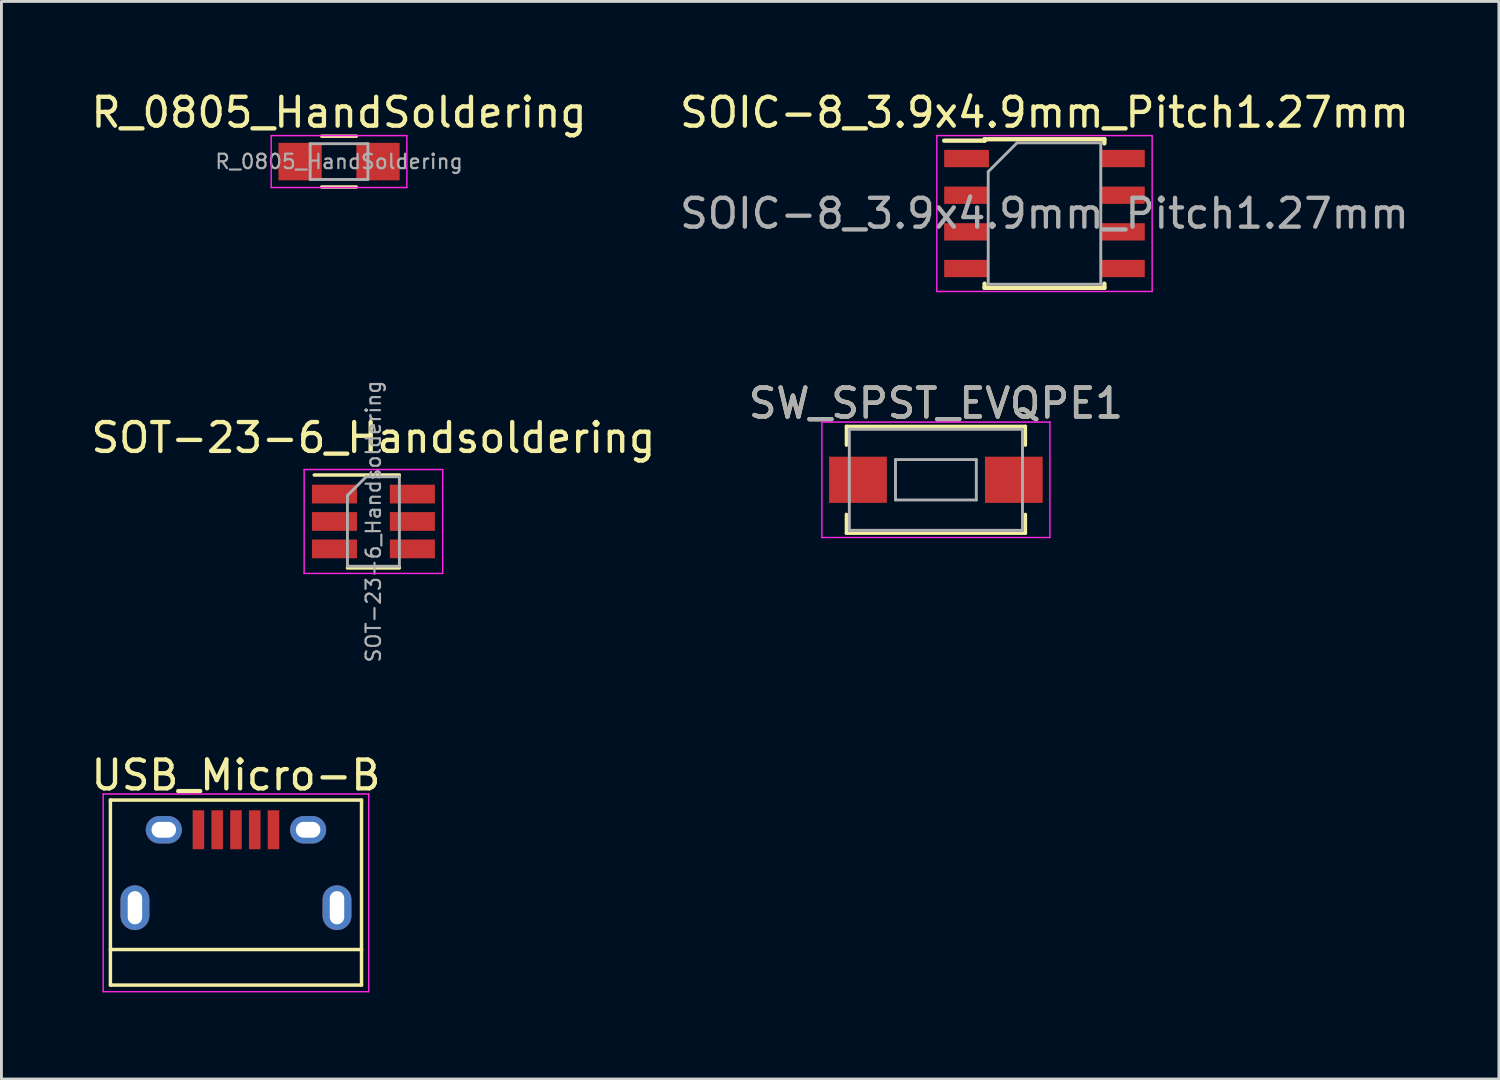
<source format=kicad_pcb>
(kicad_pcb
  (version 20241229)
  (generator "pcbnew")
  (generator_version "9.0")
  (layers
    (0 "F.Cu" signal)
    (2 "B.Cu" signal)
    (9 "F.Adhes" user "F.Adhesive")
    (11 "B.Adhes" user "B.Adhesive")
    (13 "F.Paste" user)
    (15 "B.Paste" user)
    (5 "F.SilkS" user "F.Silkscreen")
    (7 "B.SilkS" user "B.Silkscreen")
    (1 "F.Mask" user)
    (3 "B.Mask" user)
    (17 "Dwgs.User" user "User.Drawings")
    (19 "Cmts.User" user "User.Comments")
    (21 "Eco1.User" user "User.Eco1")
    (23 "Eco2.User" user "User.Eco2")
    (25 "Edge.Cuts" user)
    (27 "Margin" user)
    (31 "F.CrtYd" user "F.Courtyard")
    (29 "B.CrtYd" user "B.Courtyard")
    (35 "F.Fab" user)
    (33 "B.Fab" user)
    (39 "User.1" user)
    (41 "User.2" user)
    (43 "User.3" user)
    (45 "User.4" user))
  (footprint "R_0805_HandSoldering"
    (layer "F.Cu")
    (at 8.696 2.548)
    (property "Reference" "R_0805_HandSoldering" (at 0 -1.7 0) (layer "F.SilkS") (effects (font (size 1 1) (thickness 0.15))))
    (attr smd)
    (fp_line (start -0.6 -0.88) (end 0.6 -0.88) (stroke (width 0.12) (type solid)) (layer "F.SilkS"))
    (fp_line (start 0.6 0.88) (end -0.6 0.88) (stroke (width 0.12) (type solid)) (layer "F.SilkS"))
    (fp_line (start -2.35 -0.9) (end -2.35 0.9) (stroke (width 0.05) (type solid)) (layer "F.CrtYd"))
    (fp_line (start -2.35 -0.9) (end 2.35 -0.9) (stroke (width 0.05) (type solid)) (layer "F.CrtYd"))
    (fp_line (start 2.35 0.9) (end -2.35 0.9) (stroke (width 0.05) (type solid)) (layer "F.CrtYd"))
    (fp_line (start 2.35 0.9) (end 2.35 -0.9) (stroke (width 0.05) (type solid)) (layer "F.CrtYd"))
    (fp_line (start -1 -0.62) (end 1 -0.62) (stroke (width 0.1) (type solid)) (layer "F.Fab"))
    (fp_line (start -1 0.62) (end -1 -0.62) (stroke (width 0.1) (type solid)) (layer "F.Fab"))
    (fp_line (start 1 -0.62) (end 1 0.62) (stroke (width 0.1) (type solid)) (layer "F.Fab"))
    (fp_line (start 1 0.62) (end -1 0.62) (stroke (width 0.1) (type solid)) (layer "F.Fab"))
    (fp_text user "${REFERENCE}" (at 0 0 0) (layer "F.Fab") (effects (font (size 0.5 0.5) (thickness 0.075))))
    (pad "1" smd rect (at -1.35 0) (size 1.5 1.3) (layers "F.Cu" "F.Mask" "F.Paste"))
    (pad "2" smd rect (at 1.35 0) (size 1.5 1.3) (layers "F.Cu" "F.Mask" "F.Paste")))
  (footprint "SOIC-8_3.9x4.9mm_Pitch1.27mm"
    (layer "F.Cu")
    (at 33.137 4.348)
    (property "Reference" "SOIC-8_3.9x4.9mm_Pitch1.27mm" (at 0 -3.5 0) (layer "F.SilkS") (effects (font (size 1 1) (thickness 0.15))))
    (attr smd)
    (fp_line (start -2.075 -2.575) (end -2.075 -2.525) (stroke (width 0.15) (type solid)) (layer "F.SilkS"))
    (fp_line (start -2.075 -2.575) (end 2.075 -2.575) (stroke (width 0.15) (type solid)) (layer "F.SilkS"))
    (fp_line (start -2.075 -2.525) (end -3.475 -2.525) (stroke (width 0.15) (type solid)) (layer "F.SilkS"))
    (fp_line (start -2.075 2.575) (end -2.075 2.43) (stroke (width 0.15) (type solid)) (layer "F.SilkS"))
    (fp_line (start -2.075 2.575) (end 2.075 2.575) (stroke (width 0.15) (type solid)) (layer "F.SilkS"))
    (fp_line (start 2.075 -2.575) (end 2.075 -2.43) (stroke (width 0.15) (type solid)) (layer "F.SilkS"))
    (fp_line (start 2.075 2.575) (end 2.075 2.43) (stroke (width 0.15) (type solid)) (layer "F.SilkS"))
    (fp_line (start -3.73 -2.7) (end -3.73 2.7) (stroke (width 0.05) (type solid)) (layer "F.CrtYd"))
    (fp_line (start -3.73 -2.7) (end 3.73 -2.7) (stroke (width 0.05) (type solid)) (layer "F.CrtYd"))
    (fp_line (start -3.73 2.7) (end 3.73 2.7) (stroke (width 0.05) (type solid)) (layer "F.CrtYd"))
    (fp_line (start 3.73 -2.7) (end 3.73 2.7) (stroke (width 0.05) (type solid)) (layer "F.CrtYd"))
    (fp_line (start -1.95 -1.45) (end -0.95 -2.45) (stroke (width 0.1) (type solid)) (layer "F.Fab"))
    (fp_line (start -1.95 2.45) (end -1.95 -1.45) (stroke (width 0.1) (type solid)) (layer "F.Fab"))
    (fp_line (start -0.95 -2.45) (end 1.95 -2.45) (stroke (width 0.1) (type solid)) (layer "F.Fab"))
    (fp_line (start 1.95 -2.45) (end 1.95 2.45) (stroke (width 0.1) (type solid)) (layer "F.Fab"))
    (fp_line (start 1.95 2.45) (end -1.95 2.45) (stroke (width 0.1) (type solid)) (layer "F.Fab"))
    (fp_text user "${REFERENCE}" (at 0 0 0) (layer "F.Fab") (effects (font (size 1 1) (thickness 0.15))))
    (pad "1" smd rect (at -2.7 -1.905) (size 1.55 0.6) (layers "F.Cu" "F.Mask" "F.Paste"))
    (pad "2" smd rect (at -2.7 -0.635) (size 1.55 0.6) (layers "F.Cu" "F.Mask" "F.Paste"))
    (pad "3" smd rect (at -2.7 0.635) (size 1.55 0.6) (layers "F.Cu" "F.Mask" "F.Paste"))
    (pad "4" smd rect (at -2.7 1.905) (size 1.55 0.6) (layers "F.Cu" "F.Mask" "F.Paste"))
    (pad "5" smd rect (at 2.7 1.905) (size 1.55 0.6) (layers "F.Cu" "F.Mask" "F.Paste"))
    (pad "6" smd rect (at 2.7 0.635) (size 1.55 0.6) (layers "F.Cu" "F.Mask" "F.Paste"))
    (pad "7" smd rect (at 2.7 -0.635) (size 1.55 0.6) (layers "F.Cu" "F.Mask" "F.Paste"))
    (pad "8" smd rect (at 2.7 -1.905) (size 1.55 0.6) (layers "F.Cu" "F.Mask" "F.Paste")))
  (footprint "SW_SPST_EVQPE1"
    (layer "F.Cu")
    (at 29.375 13.572)
    (property "Reference" "SW_SPST_EVQPE1" (at 0 -2.65 0) (layer "F.SilkS") (effects (font (size 1 1) (thickness 0.15))))
    (attr smd)
    (fp_line (start -3.1 -1.85) (end -3.1 -1.2) (stroke (width 0.12) (type solid)) (layer "F.SilkS"))
    (fp_line (start -3.1 1.2) (end -3.1 1.85) (stroke (width 0.12) (type solid)) (layer "F.SilkS"))
    (fp_line (start -3.1 1.85) (end 3.1 1.85) (stroke (width 0.12) (type solid)) (layer "F.SilkS"))
    (fp_line (start 3.1 -1.85) (end -3.1 -1.85) (stroke (width 0.12) (type solid)) (layer "F.SilkS"))
    (fp_line (start 3.1 -1.85) (end 3.1 -1.2) (stroke (width 0.12) (type solid)) (layer "F.SilkS"))
    (fp_line (start 3.1 1.85) (end 3.1 1.2) (stroke (width 0.12) (type solid)) (layer "F.SilkS"))
    (fp_line (start -3.95 -2) (end 3.95 -2) (stroke (width 0.05) (type solid)) (layer "F.CrtYd"))
    (fp_line (start -3.95 2) (end -3.95 -2) (stroke (width 0.05) (type solid)) (layer "F.CrtYd"))
    (fp_line (start 3.95 -2) (end 3.95 2) (stroke (width 0.05) (type solid)) (layer "F.CrtYd"))
    (fp_line (start 3.95 2) (end -3.95 2) (stroke (width 0.05) (type solid)) (layer "F.CrtYd"))
    (fp_line (start -3 -1.75) (end 3 -1.75) (stroke (width 0.1) (type solid)) (layer "F.Fab"))
    (fp_line (start -3 1.75) (end -3 -1.75) (stroke (width 0.1) (type solid)) (layer "F.Fab"))
    (fp_line (start -1.4 -0.7) (end 1.4 -0.7) (stroke (width 0.1) (type solid)) (layer "F.Fab"))
    (fp_line (start -1.4 0.7) (end -1.4 -0.7) (stroke (width 0.1) (type solid)) (layer "F.Fab"))
    (fp_line (start 1.4 -0.7) (end 1.4 0.7) (stroke (width 0.1) (type solid)) (layer "F.Fab"))
    (fp_line (start 1.4 0.7) (end -1.4 0.7) (stroke (width 0.1) (type solid)) (layer "F.Fab"))
    (fp_line (start 3 -1.75) (end 3 1.75) (stroke (width 0.1) (type solid)) (layer "F.Fab"))
    (fp_line (start 3 1.75) (end -3 1.75) (stroke (width 0.1) (type solid)) (layer "F.Fab"))
    (fp_text user "${REFERENCE}" (at 0 -2.65 0) (layer "F.Fab") (effects (font (size 1 1) (thickness 0.15))))
    (pad "1" smd rect (at -2.7 0) (size 2 1.6) (layers "F.Cu" "F.Mask" "F.Paste"))
    (pad "2" smd rect (at 2.7 0) (size 2 1.6) (layers "F.Cu" "F.Mask" "F.Paste")))
  (footprint "SOT-23-6_Handsoldering"
    (layer "F.Cu")
    (at 9.887 15.017)
    (property "Reference" "SOT-23-6_Handsoldering" (at 0 -2.9 0) (layer "F.SilkS") (effects (font (size 1 1) (thickness 0.15))))
    (attr smd)
    (fp_line (start -0.9 1.61) (end 0.9 1.61) (stroke (width 0.12) (type solid)) (layer "F.SilkS"))
    (fp_line (start 0.9 -1.61) (end -2.05 -1.61) (stroke (width 0.12) (type solid)) (layer "F.SilkS"))
    (fp_line (start -2.4 -1.8) (end 2.4 -1.8) (stroke (width 0.05) (type solid)) (layer "F.CrtYd"))
    (fp_line (start -2.4 1.8) (end -2.4 -1.8) (stroke (width 0.05) (type solid)) (layer "F.CrtYd"))
    (fp_line (start 2.4 -1.8) (end 2.4 1.8) (stroke (width 0.05) (type solid)) (layer "F.CrtYd"))
    (fp_line (start 2.4 1.8) (end -2.4 1.8) (stroke (width 0.05) (type solid)) (layer "F.CrtYd"))
    (fp_line (start -0.9 -0.9) (end -0.9 1.55) (stroke (width 0.1) (type solid)) (layer "F.Fab"))
    (fp_line (start -0.9 -0.9) (end -0.25 -1.55) (stroke (width 0.1) (type solid)) (layer "F.Fab"))
    (fp_line (start 0.9 -1.55) (end -0.25 -1.55) (stroke (width 0.1) (type solid)) (layer "F.Fab"))
    (fp_line (start 0.9 -1.55) (end 0.9 1.55) (stroke (width 0.1) (type solid)) (layer "F.Fab"))
    (fp_line (start 0.9 1.55) (end -0.9 1.55) (stroke (width 0.1) (type solid)) (layer "F.Fab"))
    (fp_text user "${REFERENCE}" (at 0 0 90) (layer "F.Fab") (effects (font (size 0.5 0.5) (thickness 0.075))))
    (pad "1" smd rect (at -1.35 -0.95) (size 1.56 0.65) (layers "F.Cu" "F.Mask" "F.Paste"))
    (pad "2" smd rect (at -1.35 0) (size 1.56 0.65) (layers "F.Cu" "F.Mask" "F.Paste"))
    (pad "3" smd rect (at -1.35 0.95) (size 1.56 0.65) (layers "F.Cu" "F.Mask" "F.Paste"))
    (pad "4" smd rect (at 1.35 0.95) (size 1.56 0.65) (layers "F.Cu" "F.Mask" "F.Paste"))
    (pad "5" smd rect (at 1.35 0) (size 1.56 0.65) (layers "F.Cu" "F.Mask" "F.Paste"))
    (pad "6" smd rect (at 1.35 -0.95) (size 1.56 0.65) (layers "F.Cu" "F.Mask" "F.Paste")))
  (footprint "USB_Micro-B"
    (layer "F.Cu")
    (at 5.125 27.048)
    (property "Reference" "USB_Micro-B" (at 0 -3.24 0) (layer "F.SilkS") (effects (font (size 1 1) (thickness 0.15))))
    (attr smd)
    (fp_line (start -4.35 -2.38) (end 4.35 -2.38) (stroke (width 0.12) (type solid)) (layer "F.SilkS"))
    (fp_line (start -4.35 4.03) (end -4.35 -2.38) (stroke (width 0.12) (type solid)) (layer "F.SilkS"))
    (fp_line (start -4.35 4.03) (end 4.35 4.03) (stroke (width 0.12) (type solid)) (layer "F.SilkS"))
    (fp_line (start 4.35 -2.38) (end 4.35 4.03) (stroke (width 0.12) (type solid)) (layer "F.SilkS"))
    (fp_line (start 4.35 2.8) (end -4.35 2.8) (stroke (width 0.12) (type solid)) (layer "F.SilkS"))
    (fp_line (start -4.6 -2.59) (end 4.6 -2.59) (stroke (width 0.05) (type solid)) (layer "F.CrtYd"))
    (fp_line (start -4.6 4.26) (end -4.6 -2.59) (stroke (width 0.05) (type solid)) (layer "F.CrtYd"))
    (fp_line (start 4.6 -2.59) (end 4.6 4.26) (stroke (width 0.05) (type solid)) (layer "F.CrtYd"))
    (fp_line (start 4.6 4.26) (end -4.6 4.26) (stroke (width 0.05) (type solid)) (layer "F.CrtYd"))
    (pad "1" smd rect (at -1.3 -1.35 90) (size 1.35 0.4) (layers "F.Cu" "F.Mask" "F.Paste"))
    (pad "2" smd rect (at -0.65 -1.35 90) (size 1.35 0.4) (layers "F.Cu" "F.Mask" "F.Paste"))
    (pad "3" smd rect (at 0 -1.35 90) (size 1.35 0.4) (layers "F.Cu" "F.Mask" "F.Paste"))
    (pad "4" smd rect (at 0.65 -1.35 90) (size 1.35 0.4) (layers "F.Cu" "F.Mask" "F.Paste"))
    (pad "5" smd rect (at 1.3 -1.35 90) (size 1.35 0.4) (layers "F.Cu" "F.Mask" "F.Paste"))
    (pad "6" thru_hole oval (at -3.5 1.35 90) (size 1.55 1) (drill oval 1.15 0.5) (layers "*.Cu" "*.Mask"))
    (pad "6" thru_hole oval (at -2.5 -1.35 90) (size 0.95 1.25) (drill oval 0.55 0.85) (layers "*.Cu" "*.Mask"))
    (pad "6" thru_hole oval (at 2.5 -1.35 90) (size 0.95 1.25) (drill oval 0.55 0.85) (layers "*.Cu" "*.Mask"))
    (pad "6" thru_hole oval (at 3.5 1.35 90) (size 1.55 1) (drill oval 1.15 0.5) (layers "*.Cu" "*.Mask")))
  (gr_rect
    (start -3 -3)
    (end 48.881 34.333)
    (stroke (width 0.1) (type default))
    (fill no)
    (layer "Edge.Cuts")))
</source>
